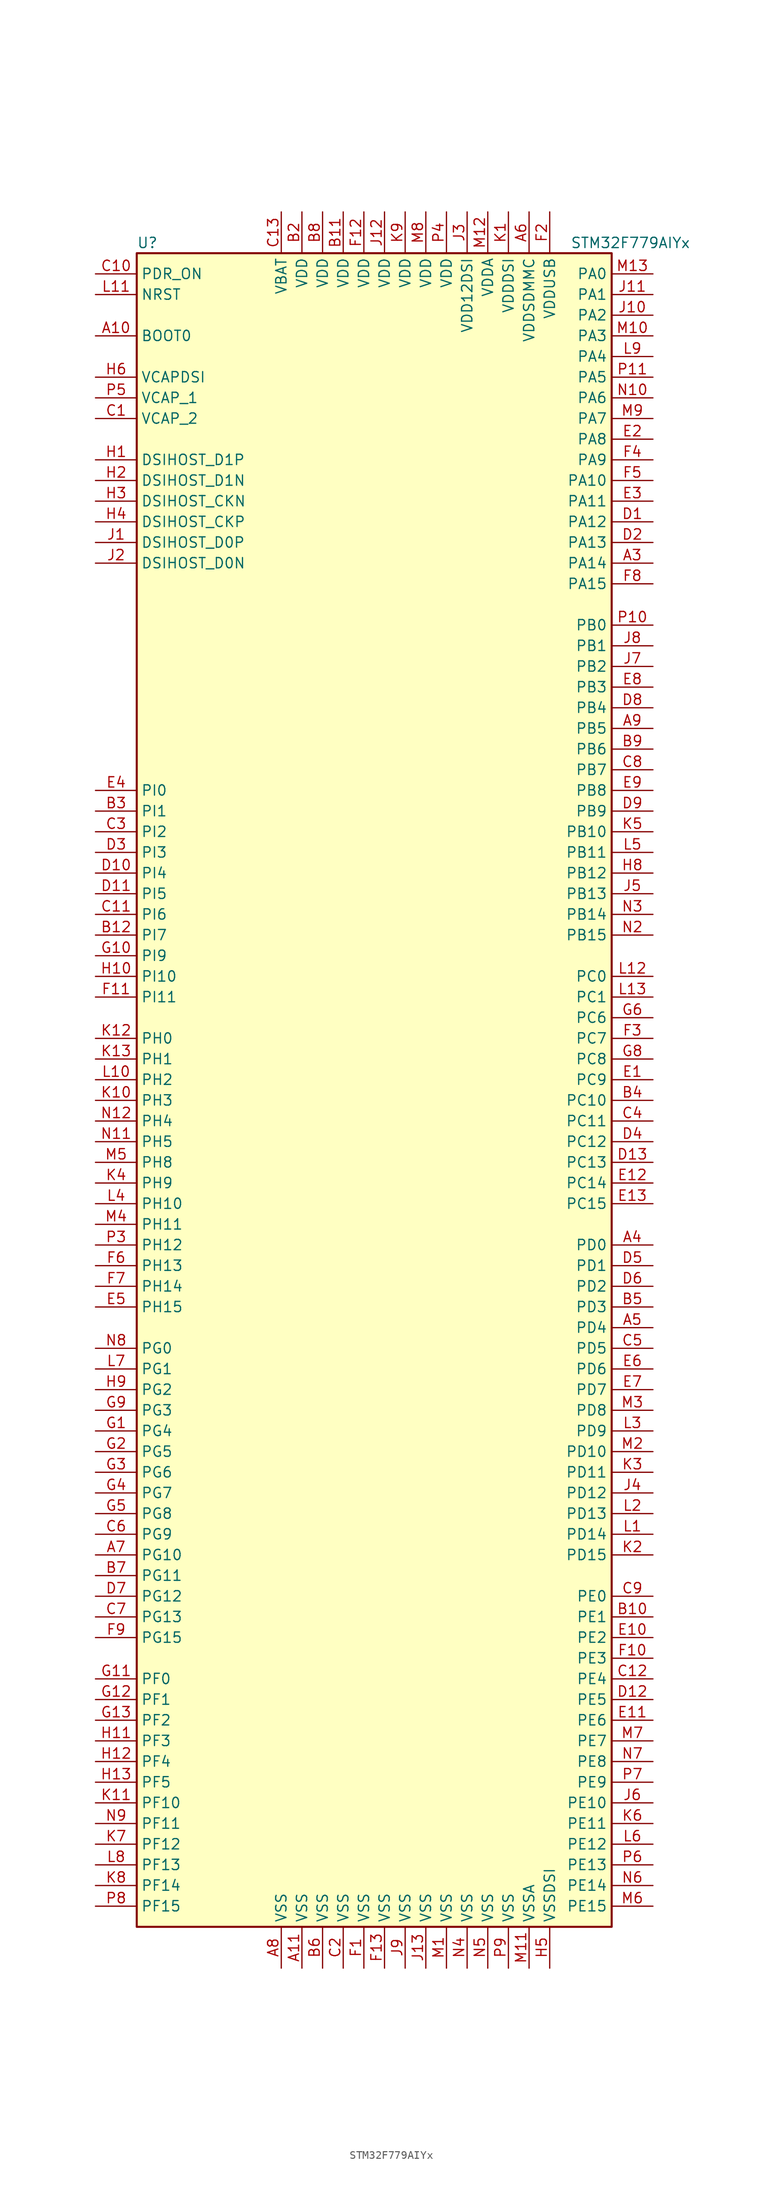
<source format=kicad_sym>
(kicad_symbol_lib
  (version 20211014)
  (generator kicad_symbol_editor)
  (symbol "STM32F779AIYx"
    (property "Reference" "U"
      (at -30.48 102.87 0)
      (effects (font (size 1.27 1.27)) (justify left)))
    (property "Value" "STM32F779AIYx"
      (at 22.86 102.87 0)
      (effects (font (size 1.27 1.27)) (justify left)))
    (symbol "STM32F779AIYx_0_1"
      (rectangle (start -30.48 -104.14) (end 27.94 101.6) (stroke (width 0.254) (type default) (color 0 0 0 0)) (fill (type background))))
    (symbol "STM32F779AIYx_1_1"
      (pin no_connect line (at -30.48 -101.6 0) (length 5.08) hide (name "NC" (effects (font (size 1.27 1.27)))) (number "A1" (effects (font (size 1.27 1.27)))))
      (pin input line (at -35.56 91.44 0) (length 5.08) (name "BOOT0" (effects (font (size 1.27 1.27)))) (number "A10" (effects (font (size 1.27 1.27)))))
      (pin power_in line (at -10.16 -109.22 90) (length 5.08) (name "VSS" (effects (font (size 1.27 1.27)))) (number "A11" (effects (font (size 1.27 1.27)))))
      (pin no_connect line (at -30.48 -96.52 0) (length 5.08) hide (name "NC" (effects (font (size 1.27 1.27)))) (number "A12" (effects (font (size 1.27 1.27)))))
      (pin no_connect line (at -30.48 -93.98 0) (length 5.08) hide (name "NC" (effects (font (size 1.27 1.27)))) (number "A13" (effects (font (size 1.27 1.27)))))
      (pin no_connect line (at -30.48 -99.06 0) (length 5.08) hide (name "NC" (effects (font (size 1.27 1.27)))) (number "A2" (effects (font (size 1.27 1.27)))))
      (pin bidirectional line (at 33.02 63.5 180) (length 5.08) (name "PA14" (effects (font (size 1.27 1.27)))) (number "A3" (effects (font (size 1.27 1.27)))))
      (pin bidirectional line (at 33.02 -20.32 180) (length 5.08) (name "PD0" (effects (font (size 1.27 1.27)))) (number "A4" (effects (font (size 1.27 1.27)))))
      (pin bidirectional line (at 33.02 -30.48 180) (length 5.08) (name "PD4" (effects (font (size 1.27 1.27)))) (number "A5" (effects (font (size 1.27 1.27)))))
      (pin power_in line (at 17.78 106.68 270) (length 5.08) (name "VDDSDMMC" (effects (font (size 1.27 1.27)))) (number "A6" (effects (font (size 1.27 1.27)))))
      (pin bidirectional line (at -35.56 -58.42 0) (length 5.08) (name "PG10" (effects (font (size 1.27 1.27)))) (number "A7" (effects (font (size 1.27 1.27)))))
      (pin power_in line (at -12.7 -109.22 90) (length 5.08) (name "VSS" (effects (font (size 1.27 1.27)))) (number "A8" (effects (font (size 1.27 1.27)))))
      (pin bidirectional line (at 33.02 43.18 180) (length 5.08) (name "PB5" (effects (font (size 1.27 1.27)))) (number "A9" (effects (font (size 1.27 1.27)))))
      (pin no_connect line (at -30.48 -91.44 0) (length 5.08) hide (name "NC" (effects (font (size 1.27 1.27)))) (number "B1" (effects (font (size 1.27 1.27)))))
      (pin bidirectional line (at 33.02 -66.04 180) (length 5.08) (name "PE1" (effects (font (size 1.27 1.27)))) (number "B10" (effects (font (size 1.27 1.27)))))
      (pin power_in line (at -5.08 106.68 270) (length 5.08) (name "VDD" (effects (font (size 1.27 1.27)))) (number "B11" (effects (font (size 1.27 1.27)))))
      (pin bidirectional line (at -35.56 17.78 0) (length 5.08) (name "PI7" (effects (font (size 1.27 1.27)))) (number "B12" (effects (font (size 1.27 1.27)))))
      (pin no_connect line (at -30.48 -88.9 0) (length 5.08) hide (name "NC" (effects (font (size 1.27 1.27)))) (number "B13" (effects (font (size 1.27 1.27)))))
      (pin power_in line (at -10.16 106.68 270) (length 5.08) (name "VDD" (effects (font (size 1.27 1.27)))) (number "B2" (effects (font (size 1.27 1.27)))))
      (pin bidirectional line (at -35.56 33.02 0) (length 5.08) (name "PI1" (effects (font (size 1.27 1.27)))) (number "B3" (effects (font (size 1.27 1.27)))))
      (pin bidirectional line (at 33.02 -2.54 180) (length 5.08) (name "PC10" (effects (font (size 1.27 1.27)))) (number "B4" (effects (font (size 1.27 1.27)))))
      (pin bidirectional line (at 33.02 -27.94 180) (length 5.08) (name "PD3" (effects (font (size 1.27 1.27)))) (number "B5" (effects (font (size 1.27 1.27)))))
      (pin power_in line (at -7.62 -109.22 90) (length 5.08) (name "VSS" (effects (font (size 1.27 1.27)))) (number "B6" (effects (font (size 1.27 1.27)))))
      (pin bidirectional line (at -35.56 -60.96 0) (length 5.08) (name "PG11" (effects (font (size 1.27 1.27)))) (number "B7" (effects (font (size 1.27 1.27)))))
      (pin power_in line (at -7.62 106.68 270) (length 5.08) (name "VDD" (effects (font (size 1.27 1.27)))) (number "B8" (effects (font (size 1.27 1.27)))))
      (pin bidirectional line (at 33.02 40.64 180) (length 5.08) (name "PB6" (effects (font (size 1.27 1.27)))) (number "B9" (effects (font (size 1.27 1.27)))))
      (pin power_in line (at -35.56 81.28 0) (length 5.08) (name "VCAP_2" (effects (font (size 1.27 1.27)))) (number "C1" (effects (font (size 1.27 1.27)))))
      (pin input line (at -35.56 99.06 0) (length 5.08) (name "PDR_ON" (effects (font (size 1.27 1.27)))) (number "C10" (effects (font (size 1.27 1.27)))))
      (pin bidirectional line (at -35.56 20.32 0) (length 5.08) (name "PI6" (effects (font (size 1.27 1.27)))) (number "C11" (effects (font (size 1.27 1.27)))))
      (pin bidirectional line (at 33.02 -73.66 180) (length 5.08) (name "PE4" (effects (font (size 1.27 1.27)))) (number "C12" (effects (font (size 1.27 1.27)))))
      (pin power_in line (at -12.7 106.68 270) (length 5.08) (name "VBAT" (effects (font (size 1.27 1.27)))) (number "C13" (effects (font (size 1.27 1.27)))))
      (pin power_in line (at -5.08 -109.22 90) (length 5.08) (name "VSS" (effects (font (size 1.27 1.27)))) (number "C2" (effects (font (size 1.27 1.27)))))
      (pin bidirectional line (at -35.56 30.48 0) (length 5.08) (name "PI2" (effects (font (size 1.27 1.27)))) (number "C3" (effects (font (size 1.27 1.27)))))
      (pin bidirectional line (at 33.02 -5.08 180) (length 5.08) (name "PC11" (effects (font (size 1.27 1.27)))) (number "C4" (effects (font (size 1.27 1.27)))))
      (pin bidirectional line (at 33.02 -33.02 180) (length 5.08) (name "PD5" (effects (font (size 1.27 1.27)))) (number "C5" (effects (font (size 1.27 1.27)))))
      (pin bidirectional line (at -35.56 -55.88 0) (length 5.08) (name "PG9" (effects (font (size 1.27 1.27)))) (number "C6" (effects (font (size 1.27 1.27)))))
      (pin bidirectional line (at -35.56 -66.04 0) (length 5.08) (name "PG13" (effects (font (size 1.27 1.27)))) (number "C7" (effects (font (size 1.27 1.27)))))
      (pin bidirectional line (at 33.02 38.1 180) (length 5.08) (name "PB7" (effects (font (size 1.27 1.27)))) (number "C8" (effects (font (size 1.27 1.27)))))
      (pin bidirectional line (at 33.02 -63.5 180) (length 5.08) (name "PE0" (effects (font (size 1.27 1.27)))) (number "C9" (effects (font (size 1.27 1.27)))))
      (pin bidirectional line (at 33.02 68.58 180) (length 5.08) (name "PA12" (effects (font (size 1.27 1.27)))) (number "D1" (effects (font (size 1.27 1.27)))))
      (pin bidirectional line (at -35.56 25.4 0) (length 5.08) (name "PI4" (effects (font (size 1.27 1.27)))) (number "D10" (effects (font (size 1.27 1.27)))))
      (pin bidirectional line (at -35.56 22.86 0) (length 5.08) (name "PI5" (effects (font (size 1.27 1.27)))) (number "D11" (effects (font (size 1.27 1.27)))))
      (pin bidirectional line (at 33.02 -76.2 180) (length 5.08) (name "PE5" (effects (font (size 1.27 1.27)))) (number "D12" (effects (font (size 1.27 1.27)))))
      (pin bidirectional line (at 33.02 -10.16 180) (length 5.08) (name "PC13" (effects (font (size 1.27 1.27)))) (number "D13" (effects (font (size 1.27 1.27)))))
      (pin bidirectional line (at 33.02 66.04 180) (length 5.08) (name "PA13" (effects (font (size 1.27 1.27)))) (number "D2" (effects (font (size 1.27 1.27)))))
      (pin bidirectional line (at -35.56 27.94 0) (length 5.08) (name "PI3" (effects (font (size 1.27 1.27)))) (number "D3" (effects (font (size 1.27 1.27)))))
      (pin bidirectional line (at 33.02 -7.62 180) (length 5.08) (name "PC12" (effects (font (size 1.27 1.27)))) (number "D4" (effects (font (size 1.27 1.27)))))
      (pin bidirectional line (at 33.02 -22.86 180) (length 5.08) (name "PD1" (effects (font (size 1.27 1.27)))) (number "D5" (effects (font (size 1.27 1.27)))))
      (pin bidirectional line (at 33.02 -25.4 180) (length 5.08) (name "PD2" (effects (font (size 1.27 1.27)))) (number "D6" (effects (font (size 1.27 1.27)))))
      (pin bidirectional line (at -35.56 -63.5 0) (length 5.08) (name "PG12" (effects (font (size 1.27 1.27)))) (number "D7" (effects (font (size 1.27 1.27)))))
      (pin bidirectional line (at 33.02 45.72 180) (length 5.08) (name "PB4" (effects (font (size 1.27 1.27)))) (number "D8" (effects (font (size 1.27 1.27)))))
      (pin bidirectional line (at 33.02 33.02 180) (length 5.08) (name "PB9" (effects (font (size 1.27 1.27)))) (number "D9" (effects (font (size 1.27 1.27)))))
      (pin bidirectional line (at 33.02 0 180) (length 5.08) (name "PC9" (effects (font (size 1.27 1.27)))) (number "E1" (effects (font (size 1.27 1.27)))))
      (pin bidirectional line (at 33.02 -68.58 180) (length 5.08) (name "PE2" (effects (font (size 1.27 1.27)))) (number "E10" (effects (font (size 1.27 1.27)))))
      (pin bidirectional line (at 33.02 -78.74 180) (length 5.08) (name "PE6" (effects (font (size 1.27 1.27)))) (number "E11" (effects (font (size 1.27 1.27)))))
      (pin bidirectional line (at 33.02 -12.7 180) (length 5.08) (name "PC14" (effects (font (size 1.27 1.27)))) (number "E12" (effects (font (size 1.27 1.27)))))
      (pin bidirectional line (at 33.02 -15.24 180) (length 5.08) (name "PC15" (effects (font (size 1.27 1.27)))) (number "E13" (effects (font (size 1.27 1.27)))))
      (pin bidirectional line (at 33.02 78.74 180) (length 5.08) (name "PA8" (effects (font (size 1.27 1.27)))) (number "E2" (effects (font (size 1.27 1.27)))))
      (pin bidirectional line (at 33.02 71.12 180) (length 5.08) (name "PA11" (effects (font (size 1.27 1.27)))) (number "E3" (effects (font (size 1.27 1.27)))))
      (pin bidirectional line (at -35.56 35.56 0) (length 5.08) (name "PI0" (effects (font (size 1.27 1.27)))) (number "E4" (effects (font (size 1.27 1.27)))))
      (pin bidirectional line (at -35.56 -27.94 0) (length 5.08) (name "PH15" (effects (font (size 1.27 1.27)))) (number "E5" (effects (font (size 1.27 1.27)))))
      (pin bidirectional line (at 33.02 -35.56 180) (length 5.08) (name "PD6" (effects (font (size 1.27 1.27)))) (number "E6" (effects (font (size 1.27 1.27)))))
      (pin bidirectional line (at 33.02 -38.1 180) (length 5.08) (name "PD7" (effects (font (size 1.27 1.27)))) (number "E7" (effects (font (size 1.27 1.27)))))
      (pin bidirectional line (at 33.02 48.26 180) (length 5.08) (name "PB3" (effects (font (size 1.27 1.27)))) (number "E8" (effects (font (size 1.27 1.27)))))
      (pin bidirectional line (at 33.02 35.56 180) (length 5.08) (name "PB8" (effects (font (size 1.27 1.27)))) (number "E9" (effects (font (size 1.27 1.27)))))
      (pin power_in line (at -2.54 -109.22 90) (length 5.08) (name "VSS" (effects (font (size 1.27 1.27)))) (number "F1" (effects (font (size 1.27 1.27)))))
      (pin bidirectional line (at 33.02 -71.12 180) (length 5.08) (name "PE3" (effects (font (size 1.27 1.27)))) (number "F10" (effects (font (size 1.27 1.27)))))
      (pin bidirectional line (at -35.56 10.16 0) (length 5.08) (name "PI11" (effects (font (size 1.27 1.27)))) (number "F11" (effects (font (size 1.27 1.27)))))
      (pin power_in line (at -2.54 106.68 270) (length 5.08) (name "VDD" (effects (font (size 1.27 1.27)))) (number "F12" (effects (font (size 1.27 1.27)))))
      (pin power_in line (at 0 -109.22 90) (length 5.08) (name "VSS" (effects (font (size 1.27 1.27)))) (number "F13" (effects (font (size 1.27 1.27)))))
      (pin power_in line (at 20.32 106.68 270) (length 5.08) (name "VDDUSB" (effects (font (size 1.27 1.27)))) (number "F2" (effects (font (size 1.27 1.27)))))
      (pin bidirectional line (at 33.02 5.08 180) (length 5.08) (name "PC7" (effects (font (size 1.27 1.27)))) (number "F3" (effects (font (size 1.27 1.27)))))
      (pin bidirectional line (at 33.02 76.2 180) (length 5.08) (name "PA9" (effects (font (size 1.27 1.27)))) (number "F4" (effects (font (size 1.27 1.27)))))
      (pin bidirectional line (at 33.02 73.66 180) (length 5.08) (name "PA10" (effects (font (size 1.27 1.27)))) (number "F5" (effects (font (size 1.27 1.27)))))
      (pin bidirectional line (at -35.56 -22.86 0) (length 5.08) (name "PH13" (effects (font (size 1.27 1.27)))) (number "F6" (effects (font (size 1.27 1.27)))))
      (pin bidirectional line (at -35.56 -25.4 0) (length 5.08) (name "PH14" (effects (font (size 1.27 1.27)))) (number "F7" (effects (font (size 1.27 1.27)))))
      (pin bidirectional line (at 33.02 60.96 180) (length 5.08) (name "PA15" (effects (font (size 1.27 1.27)))) (number "F8" (effects (font (size 1.27 1.27)))))
      (pin bidirectional line (at -35.56 -68.58 0) (length 5.08) (name "PG15" (effects (font (size 1.27 1.27)))) (number "F9" (effects (font (size 1.27 1.27)))))
      (pin bidirectional line (at -35.56 -43.18 0) (length 5.08) (name "PG4" (effects (font (size 1.27 1.27)))) (number "G1" (effects (font (size 1.27 1.27)))))
      (pin bidirectional line (at -35.56 15.24 0) (length 5.08) (name "PI9" (effects (font (size 1.27 1.27)))) (number "G10" (effects (font (size 1.27 1.27)))))
      (pin bidirectional line (at -35.56 -73.66 0) (length 5.08) (name "PF0" (effects (font (size 1.27 1.27)))) (number "G11" (effects (font (size 1.27 1.27)))))
      (pin bidirectional line (at -35.56 -76.2 0) (length 5.08) (name "PF1" (effects (font (size 1.27 1.27)))) (number "G12" (effects (font (size 1.27 1.27)))))
      (pin bidirectional line (at -35.56 -78.74 0) (length 5.08) (name "PF2" (effects (font (size 1.27 1.27)))) (number "G13" (effects (font (size 1.27 1.27)))))
      (pin bidirectional line (at -35.56 -45.72 0) (length 5.08) (name "PG5" (effects (font (size 1.27 1.27)))) (number "G2" (effects (font (size 1.27 1.27)))))
      (pin bidirectional line (at -35.56 -48.26 0) (length 5.08) (name "PG6" (effects (font (size 1.27 1.27)))) (number "G3" (effects (font (size 1.27 1.27)))))
      (pin bidirectional line (at -35.56 -50.8 0) (length 5.08) (name "PG7" (effects (font (size 1.27 1.27)))) (number "G4" (effects (font (size 1.27 1.27)))))
      (pin bidirectional line (at -35.56 -53.34 0) (length 5.08) (name "PG8" (effects (font (size 1.27 1.27)))) (number "G5" (effects (font (size 1.27 1.27)))))
      (pin bidirectional line (at 33.02 7.62 180) (length 5.08) (name "PC6" (effects (font (size 1.27 1.27)))) (number "G6" (effects (font (size 1.27 1.27)))))
      (pin bidirectional line (at 33.02 2.54 180) (length 5.08) (name "PC8" (effects (font (size 1.27 1.27)))) (number "G8" (effects (font (size 1.27 1.27)))))
      (pin bidirectional line (at -35.56 -40.64 0) (length 5.08) (name "PG3" (effects (font (size 1.27 1.27)))) (number "G9" (effects (font (size 1.27 1.27)))))
      (pin bidirectional line (at -35.56 76.2 0) (length 5.08) (name "DSIHOST_D1P" (effects (font (size 1.27 1.27)))) (number "H1" (effects (font (size 1.27 1.27)))))
      (pin bidirectional line (at -35.56 12.7 0) (length 5.08) (name "PI10" (effects (font (size 1.27 1.27)))) (number "H10" (effects (font (size 1.27 1.27)))))
      (pin bidirectional line (at -35.56 -81.28 0) (length 5.08) (name "PF3" (effects (font (size 1.27 1.27)))) (number "H11" (effects (font (size 1.27 1.27)))))
      (pin bidirectional line (at -35.56 -83.82 0) (length 5.08) (name "PF4" (effects (font (size 1.27 1.27)))) (number "H12" (effects (font (size 1.27 1.27)))))
      (pin bidirectional line (at -35.56 -86.36 0) (length 5.08) (name "PF5" (effects (font (size 1.27 1.27)))) (number "H13" (effects (font (size 1.27 1.27)))))
      (pin bidirectional line (at -35.56 73.66 0) (length 5.08) (name "DSIHOST_D1N" (effects (font (size 1.27 1.27)))) (number "H2" (effects (font (size 1.27 1.27)))))
      (pin bidirectional line (at -35.56 71.12 0) (length 5.08) (name "DSIHOST_CKN" (effects (font (size 1.27 1.27)))) (number "H3" (effects (font (size 1.27 1.27)))))
      (pin bidirectional line (at -35.56 68.58 0) (length 5.08) (name "DSIHOST_CKP" (effects (font (size 1.27 1.27)))) (number "H4" (effects (font (size 1.27 1.27)))))
      (pin power_in line (at 20.32 -109.22 90) (length 5.08) (name "VSSDSI" (effects (font (size 1.27 1.27)))) (number "H5" (effects (font (size 1.27 1.27)))))
      (pin power_in line (at -35.56 86.36 0) (length 5.08) (name "VCAPDSI" (effects (font (size 1.27 1.27)))) (number "H6" (effects (font (size 1.27 1.27)))))
      (pin bidirectional line (at 33.02 25.4 180) (length 5.08) (name "PB12" (effects (font (size 1.27 1.27)))) (number "H8" (effects (font (size 1.27 1.27)))))
      (pin bidirectional line (at -35.56 -38.1 0) (length 5.08) (name "PG2" (effects (font (size 1.27 1.27)))) (number "H9" (effects (font (size 1.27 1.27)))))
      (pin bidirectional line (at -35.56 66.04 0) (length 5.08) (name "DSIHOST_D0P" (effects (font (size 1.27 1.27)))) (number "J1" (effects (font (size 1.27 1.27)))))
      (pin bidirectional line (at 33.02 93.98 180) (length 5.08) (name "PA2" (effects (font (size 1.27 1.27)))) (number "J10" (effects (font (size 1.27 1.27)))))
      (pin bidirectional line (at 33.02 96.52 180) (length 5.08) (name "PA1" (effects (font (size 1.27 1.27)))) (number "J11" (effects (font (size 1.27 1.27)))))
      (pin power_in line (at 0 106.68 270) (length 5.08) (name "VDD" (effects (font (size 1.27 1.27)))) (number "J12" (effects (font (size 1.27 1.27)))))
      (pin power_in line (at 5.08 -109.22 90) (length 5.08) (name "VSS" (effects (font (size 1.27 1.27)))) (number "J13" (effects (font (size 1.27 1.27)))))
      (pin bidirectional line (at -35.56 63.5 0) (length 5.08) (name "DSIHOST_D0N" (effects (font (size 1.27 1.27)))) (number "J2" (effects (font (size 1.27 1.27)))))
      (pin power_in line (at 10.16 106.68 270) (length 5.08) (name "VDD12DSI" (effects (font (size 1.27 1.27)))) (number "J3" (effects (font (size 1.27 1.27)))))
      (pin bidirectional line (at 33.02 -50.8 180) (length 5.08) (name "PD12" (effects (font (size 1.27 1.27)))) (number "J4" (effects (font (size 1.27 1.27)))))
      (pin bidirectional line (at 33.02 22.86 180) (length 5.08) (name "PB13" (effects (font (size 1.27 1.27)))) (number "J5" (effects (font (size 1.27 1.27)))))
      (pin bidirectional line (at 33.02 -88.9 180) (length 5.08) (name "PE10" (effects (font (size 1.27 1.27)))) (number "J6" (effects (font (size 1.27 1.27)))))
      (pin bidirectional line (at 33.02 50.8 180) (length 5.08) (name "PB2" (effects (font (size 1.27 1.27)))) (number "J7" (effects (font (size 1.27 1.27)))))
      (pin bidirectional line (at 33.02 53.34 180) (length 5.08) (name "PB1" (effects (font (size 1.27 1.27)))) (number "J8" (effects (font (size 1.27 1.27)))))
      (pin power_in line (at 2.54 -109.22 90) (length 5.08) (name "VSS" (effects (font (size 1.27 1.27)))) (number "J9" (effects (font (size 1.27 1.27)))))
      (pin power_in line (at 15.24 106.68 270) (length 5.08) (name "VDDDSI" (effects (font (size 1.27 1.27)))) (number "K1" (effects (font (size 1.27 1.27)))))
      (pin bidirectional line (at -35.56 -2.54 0) (length 5.08) (name "PH3" (effects (font (size 1.27 1.27)))) (number "K10" (effects (font (size 1.27 1.27)))))
      (pin bidirectional line (at -35.56 -88.9 0) (length 5.08) (name "PF10" (effects (font (size 1.27 1.27)))) (number "K11" (effects (font (size 1.27 1.27)))))
      (pin input line (at -35.56 5.08 0) (length 5.08) (name "PH0" (effects (font (size 1.27 1.27)))) (number "K12" (effects (font (size 1.27 1.27)))))
      (pin input line (at -35.56 2.54 0) (length 5.08) (name "PH1" (effects (font (size 1.27 1.27)))) (number "K13" (effects (font (size 1.27 1.27)))))
      (pin bidirectional line (at 33.02 -58.42 180) (length 5.08) (name "PD15" (effects (font (size 1.27 1.27)))) (number "K2" (effects (font (size 1.27 1.27)))))
      (pin bidirectional line (at 33.02 -48.26 180) (length 5.08) (name "PD11" (effects (font (size 1.27 1.27)))) (number "K3" (effects (font (size 1.27 1.27)))))
      (pin bidirectional line (at -35.56 -12.7 0) (length 5.08) (name "PH9" (effects (font (size 1.27 1.27)))) (number "K4" (effects (font (size 1.27 1.27)))))
      (pin bidirectional line (at 33.02 30.48 180) (length 5.08) (name "PB10" (effects (font (size 1.27 1.27)))) (number "K5" (effects (font (size 1.27 1.27)))))
      (pin bidirectional line (at 33.02 -91.44 180) (length 5.08) (name "PE11" (effects (font (size 1.27 1.27)))) (number "K6" (effects (font (size 1.27 1.27)))))
      (pin bidirectional line (at -35.56 -93.98 0) (length 5.08) (name "PF12" (effects (font (size 1.27 1.27)))) (number "K7" (effects (font (size 1.27 1.27)))))
      (pin bidirectional line (at -35.56 -99.06 0) (length 5.08) (name "PF14" (effects (font (size 1.27 1.27)))) (number "K8" (effects (font (size 1.27 1.27)))))
      (pin power_in line (at 2.54 106.68 270) (length 5.08) (name "VDD" (effects (font (size 1.27 1.27)))) (number "K9" (effects (font (size 1.27 1.27)))))
      (pin bidirectional line (at 33.02 -55.88 180) (length 5.08) (name "PD14" (effects (font (size 1.27 1.27)))) (number "L1" (effects (font (size 1.27 1.27)))))
      (pin bidirectional line (at -35.56 0 0) (length 5.08) (name "PH2" (effects (font (size 1.27 1.27)))) (number "L10" (effects (font (size 1.27 1.27)))))
      (pin input line (at -35.56 96.52 0) (length 5.08) (name "NRST" (effects (font (size 1.27 1.27)))) (number "L11" (effects (font (size 1.27 1.27)))))
      (pin bidirectional line (at 33.02 12.7 180) (length 5.08) (name "PC0" (effects (font (size 1.27 1.27)))) (number "L12" (effects (font (size 1.27 1.27)))))
      (pin bidirectional line (at 33.02 10.16 180) (length 5.08) (name "PC1" (effects (font (size 1.27 1.27)))) (number "L13" (effects (font (size 1.27 1.27)))))
      (pin bidirectional line (at 33.02 -53.34 180) (length 5.08) (name "PD13" (effects (font (size 1.27 1.27)))) (number "L2" (effects (font (size 1.27 1.27)))))
      (pin bidirectional line (at 33.02 -43.18 180) (length 5.08) (name "PD9" (effects (font (size 1.27 1.27)))) (number "L3" (effects (font (size 1.27 1.27)))))
      (pin bidirectional line (at -35.56 -15.24 0) (length 5.08) (name "PH10" (effects (font (size 1.27 1.27)))) (number "L4" (effects (font (size 1.27 1.27)))))
      (pin bidirectional line (at 33.02 27.94 180) (length 5.08) (name "PB11" (effects (font (size 1.27 1.27)))) (number "L5" (effects (font (size 1.27 1.27)))))
      (pin bidirectional line (at 33.02 -93.98 180) (length 5.08) (name "PE12" (effects (font (size 1.27 1.27)))) (number "L6" (effects (font (size 1.27 1.27)))))
      (pin bidirectional line (at -35.56 -35.56 0) (length 5.08) (name "PG1" (effects (font (size 1.27 1.27)))) (number "L7" (effects (font (size 1.27 1.27)))))
      (pin bidirectional line (at -35.56 -96.52 0) (length 5.08) (name "PF13" (effects (font (size 1.27 1.27)))) (number "L8" (effects (font (size 1.27 1.27)))))
      (pin bidirectional line (at 33.02 88.9 180) (length 5.08) (name "PA4" (effects (font (size 1.27 1.27)))) (number "L9" (effects (font (size 1.27 1.27)))))
      (pin power_in line (at 7.62 -109.22 90) (length 5.08) (name "VSS" (effects (font (size 1.27 1.27)))) (number "M1" (effects (font (size 1.27 1.27)))))
      (pin bidirectional line (at 33.02 91.44 180) (length 5.08) (name "PA3" (effects (font (size 1.27 1.27)))) (number "M10" (effects (font (size 1.27 1.27)))))
      (pin power_in line (at 17.78 -109.22 90) (length 5.08) (name "VSSA" (effects (font (size 1.27 1.27)))) (number "M11" (effects (font (size 1.27 1.27)))))
      (pin power_in line (at 12.7 106.68 270) (length 5.08) (name "VDDA" (effects (font (size 1.27 1.27)))) (number "M12" (effects (font (size 1.27 1.27)))))
      (pin bidirectional line (at 33.02 99.06 180) (length 5.08) (name "PA0" (effects (font (size 1.27 1.27)))) (number "M13" (effects (font (size 1.27 1.27)))))
      (pin bidirectional line (at 33.02 -45.72 180) (length 5.08) (name "PD10" (effects (font (size 1.27 1.27)))) (number "M2" (effects (font (size 1.27 1.27)))))
      (pin bidirectional line (at 33.02 -40.64 180) (length 5.08) (name "PD8" (effects (font (size 1.27 1.27)))) (number "M3" (effects (font (size 1.27 1.27)))))
      (pin bidirectional line (at -35.56 -17.78 0) (length 5.08) (name "PH11" (effects (font (size 1.27 1.27)))) (number "M4" (effects (font (size 1.27 1.27)))))
      (pin bidirectional line (at -35.56 -10.16 0) (length 5.08) (name "PH8" (effects (font (size 1.27 1.27)))) (number "M5" (effects (font (size 1.27 1.27)))))
      (pin bidirectional line (at 33.02 -101.6 180) (length 5.08) (name "PE15" (effects (font (size 1.27 1.27)))) (number "M6" (effects (font (size 1.27 1.27)))))
      (pin bidirectional line (at 33.02 -81.28 180) (length 5.08) (name "PE7" (effects (font (size 1.27 1.27)))) (number "M7" (effects (font (size 1.27 1.27)))))
      (pin power_in line (at 5.08 106.68 270) (length 5.08) (name "VDD" (effects (font (size 1.27 1.27)))) (number "M8" (effects (font (size 1.27 1.27)))))
      (pin bidirectional line (at 33.02 81.28 180) (length 5.08) (name "PA7" (effects (font (size 1.27 1.27)))) (number "M9" (effects (font (size 1.27 1.27)))))
      (pin no_connect line (at -30.48 -86.36 0) (length 5.08) hide (name "NC" (effects (font (size 1.27 1.27)))) (number "N1" (effects (font (size 1.27 1.27)))))
      (pin bidirectional line (at 33.02 83.82 180) (length 5.08) (name "PA6" (effects (font (size 1.27 1.27)))) (number "N10" (effects (font (size 1.27 1.27)))))
      (pin bidirectional line (at -35.56 -7.62 0) (length 5.08) (name "PH5" (effects (font (size 1.27 1.27)))) (number "N11" (effects (font (size 1.27 1.27)))))
      (pin bidirectional line (at -35.56 -5.08 0) (length 5.08) (name "PH4" (effects (font (size 1.27 1.27)))) (number "N12" (effects (font (size 1.27 1.27)))))
      (pin no_connect line (at -30.48 -83.82 0) (length 5.08) hide (name "NC" (effects (font (size 1.27 1.27)))) (number "N13" (effects (font (size 1.27 1.27)))))
      (pin bidirectional line (at 33.02 17.78 180) (length 5.08) (name "PB15" (effects (font (size 1.27 1.27)))) (number "N2" (effects (font (size 1.27 1.27)))))
      (pin bidirectional line (at 33.02 20.32 180) (length 5.08) (name "PB14" (effects (font (size 1.27 1.27)))) (number "N3" (effects (font (size 1.27 1.27)))))
      (pin power_in line (at 10.16 -109.22 90) (length 5.08) (name "VSS" (effects (font (size 1.27 1.27)))) (number "N4" (effects (font (size 1.27 1.27)))))
      (pin power_in line (at 12.7 -109.22 90) (length 5.08) (name "VSS" (effects (font (size 1.27 1.27)))) (number "N5" (effects (font (size 1.27 1.27)))))
      (pin bidirectional line (at 33.02 -99.06 180) (length 5.08) (name "PE14" (effects (font (size 1.27 1.27)))) (number "N6" (effects (font (size 1.27 1.27)))))
      (pin bidirectional line (at 33.02 -83.82 180) (length 5.08) (name "PE8" (effects (font (size 1.27 1.27)))) (number "N7" (effects (font (size 1.27 1.27)))))
      (pin bidirectional line (at -35.56 -33.02 0) (length 5.08) (name "PG0" (effects (font (size 1.27 1.27)))) (number "N8" (effects (font (size 1.27 1.27)))))
      (pin bidirectional line (at -35.56 -91.44 0) (length 5.08) (name "PF11" (effects (font (size 1.27 1.27)))) (number "N9" (effects (font (size 1.27 1.27)))))
      (pin no_connect line (at -30.48 -81.28 0) (length 5.08) hide (name "NC" (effects (font (size 1.27 1.27)))) (number "P1" (effects (font (size 1.27 1.27)))))
      (pin bidirectional line (at 33.02 55.88 180) (length 5.08) (name "PB0" (effects (font (size 1.27 1.27)))) (number "P10" (effects (font (size 1.27 1.27)))))
      (pin bidirectional line (at 33.02 86.36 180) (length 5.08) (name "PA5" (effects (font (size 1.27 1.27)))) (number "P11" (effects (font (size 1.27 1.27)))))
      (pin no_connect line (at -30.48 -76.2 0) (length 5.08) hide (name "NC" (effects (font (size 1.27 1.27)))) (number "P12" (effects (font (size 1.27 1.27)))))
      (pin no_connect line (at -30.48 -73.66 0) (length 5.08) hide (name "NC" (effects (font (size 1.27 1.27)))) (number "P13" (effects (font (size 1.27 1.27)))))
      (pin no_connect line (at -30.48 -78.74 0) (length 5.08) hide (name "NC" (effects (font (size 1.27 1.27)))) (number "P2" (effects (font (size 1.27 1.27)))))
      (pin bidirectional line (at -35.56 -20.32 0) (length 5.08) (name "PH12" (effects (font (size 1.27 1.27)))) (number "P3" (effects (font (size 1.27 1.27)))))
      (pin power_in line (at 7.62 106.68 270) (length 5.08) (name "VDD" (effects (font (size 1.27 1.27)))) (number "P4" (effects (font (size 1.27 1.27)))))
      (pin power_in line (at -35.56 83.82 0) (length 5.08) (name "VCAP_1" (effects (font (size 1.27 1.27)))) (number "P5" (effects (font (size 1.27 1.27)))))
      (pin bidirectional line (at 33.02 -96.52 180) (length 5.08) (name "PE13" (effects (font (size 1.27 1.27)))) (number "P6" (effects (font (size 1.27 1.27)))))
      (pin bidirectional line (at 33.02 -86.36 180) (length 5.08) (name "PE9" (effects (font (size 1.27 1.27)))) (number "P7" (effects (font (size 1.27 1.27)))))
      (pin bidirectional line (at -35.56 -101.6 0) (length 5.08) (name "PF15" (effects (font (size 1.27 1.27)))) (number "P8" (effects (font (size 1.27 1.27)))))
      (pin power_in line (at 15.24 -109.22 90) (length 5.08) (name "VSS" (effects (font (size 1.27 1.27)))) (number "P9" (effects (font (size 1.27 1.27))))))))
</source>
